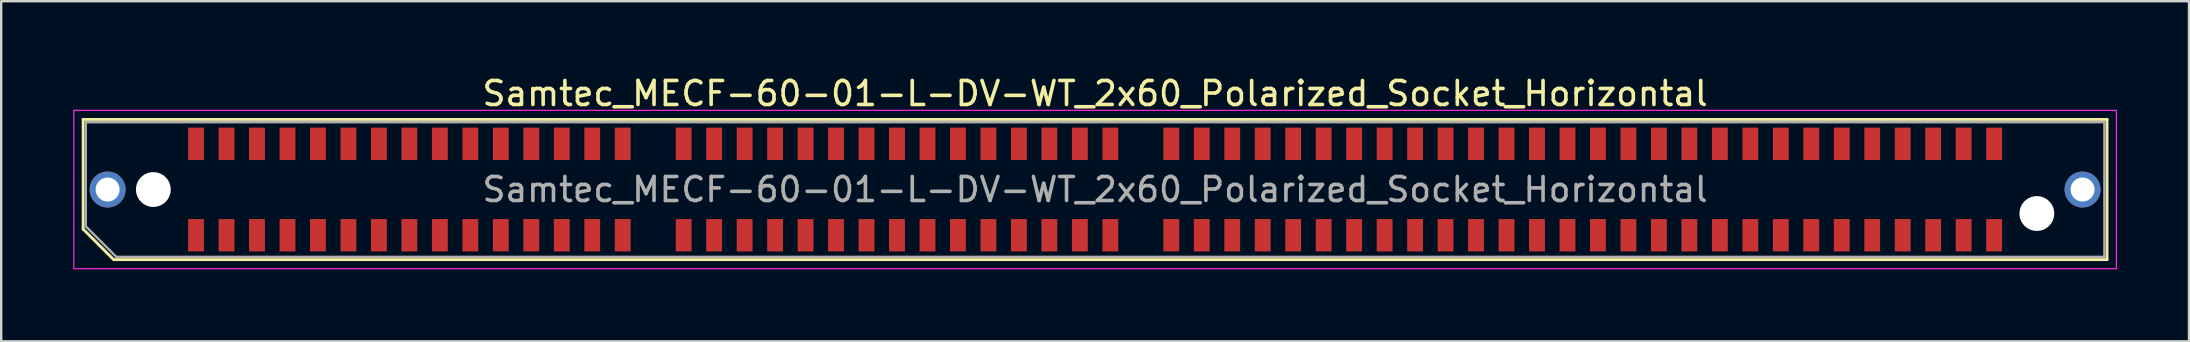
<source format=kicad_pcb>
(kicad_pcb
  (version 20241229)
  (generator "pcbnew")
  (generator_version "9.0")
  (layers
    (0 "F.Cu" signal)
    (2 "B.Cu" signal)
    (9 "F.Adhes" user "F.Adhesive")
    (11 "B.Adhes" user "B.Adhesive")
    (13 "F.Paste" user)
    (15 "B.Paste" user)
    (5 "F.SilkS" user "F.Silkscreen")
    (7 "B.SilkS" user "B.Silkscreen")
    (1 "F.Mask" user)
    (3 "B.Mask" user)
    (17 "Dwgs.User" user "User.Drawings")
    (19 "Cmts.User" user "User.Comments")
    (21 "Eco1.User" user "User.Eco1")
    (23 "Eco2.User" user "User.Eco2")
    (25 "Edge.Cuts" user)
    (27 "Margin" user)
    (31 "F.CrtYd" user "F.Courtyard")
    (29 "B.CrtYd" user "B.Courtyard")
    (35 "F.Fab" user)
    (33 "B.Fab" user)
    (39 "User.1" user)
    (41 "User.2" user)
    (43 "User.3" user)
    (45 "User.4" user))
  (footprint "Samtec_MECF-60-01-L-DV-WT_2x60_Polarized_Socket_Horizontal"
    (layer "F.Cu")
    (at 42.585 4.848)
    (property "Reference" "Samtec_MECF-60-01-L-DV-WT_2x60_Polarized_Socket_Horizontal" (at 0 -4 0) (layer "F.SilkS") (effects (font (size 1 1) (thickness 0.15))))
    (attr smd)
    (fp_line (start -42.17 -2.92) (end 42.17 -2.92) (stroke (width 0.12) (type solid)) (layer "F.SilkS"))
    (fp_line (start -42.17 1.65) (end -42.17 -2.92) (stroke (width 0.12) (type solid)) (layer "F.SilkS"))
    (fp_line (start -40.9 2.92) (end -42.17 1.65) (stroke (width 0.12) (type solid)) (layer "F.SilkS"))
    (fp_line (start -40.9 2.92) (end 42.17 2.92) (stroke (width 0.12) (type solid)) (layer "F.SilkS"))
    (fp_line (start 42.17 2.92) (end 42.17 -2.92) (stroke (width 0.12) (type solid)) (layer "F.SilkS"))
    (fp_line (start -42.56 -3.3) (end -42.56 3.3) (stroke (width 0.05) (type solid)) (layer "F.CrtYd"))
    (fp_line (start -42.56 3.3) (end 42.56 3.3) (stroke (width 0.05) (type solid)) (layer "F.CrtYd"))
    (fp_line (start 42.56 -3.3) (end -42.56 -3.3) (stroke (width 0.05) (type solid)) (layer "F.CrtYd"))
    (fp_line (start 42.56 3.3) (end 42.56 -3.3) (stroke (width 0.05) (type solid)) (layer "F.CrtYd"))
    (fp_line (start -42.06 -2.805) (end 42.06 -2.805) (stroke (width 0.1) (type solid)) (layer "F.Fab"))
    (fp_line (start -42.06 1.535) (end -42.06 -2.805) (stroke (width 0.1) (type solid)) (layer "F.Fab"))
    (fp_line (start -42.06 1.535) (end -40.79 2.805) (stroke (width 0.1) (type solid)) (layer "F.Fab"))
    (fp_line (start -40.79 2.805) (end 42.06 2.805) (stroke (width 0.1) (type solid)) (layer "F.Fab"))
    (fp_line (start 42.06 2.805) (end 42.06 -2.805) (stroke (width 0.1) (type solid)) (layer "F.Fab"))
    (fp_text user "${REFERENCE}" (at 0 0 0) (layer "F.Fab") (effects (font (size 1 1) (thickness 0.15))))
    (pad "" thru_hole circle (at -41.15 0) (size 1.5 1.5) (drill 1) (layers "*.Cu" "*.Mask"))
    (pad "" np_thru_hole circle (at -39.245 0) (size 1.45 1.45) (drill 1.45) (layers "*.Cu" "*.Mask"))
    (pad "" np_thru_hole circle (at 39.245 1) (size 1.45 1.45) (drill 1.45) (layers "*.Cu" "*.Mask"))
    (pad "" thru_hole circle (at 41.15 0) (size 1.5 1.5) (drill 1) (layers "*.Cu" "*.Mask"))
    (pad "1" smd rect (at -37.465 1.905) (size 0.66 1.35) (layers "F.Cu" "F.Mask" "F.Paste"))
    (pad "2" smd rect (at -37.465 -1.905) (size 0.66 1.35) (layers "F.Cu" "F.Mask" "F.Paste"))
    (pad "3" smd rect (at -36.195 1.905) (size 0.66 1.35) (layers "F.Cu" "F.Mask" "F.Paste"))
    (pad "4" smd rect (at -36.195 -1.905) (size 0.66 1.35) (layers "F.Cu" "F.Mask" "F.Paste"))
    (pad "5" smd rect (at -34.925 1.905) (size 0.66 1.35) (layers "F.Cu" "F.Mask" "F.Paste"))
    (pad "6" smd rect (at -34.925 -1.905) (size 0.66 1.35) (layers "F.Cu" "F.Mask" "F.Paste"))
    (pad "7" smd rect (at -33.655 1.905) (size 0.66 1.35) (layers "F.Cu" "F.Mask" "F.Paste"))
    (pad "8" smd rect (at -33.655 -1.905) (size 0.66 1.35) (layers "F.Cu" "F.Mask" "F.Paste"))
    (pad "9" smd rect (at -32.385 1.905) (size 0.66 1.35) (layers "F.Cu" "F.Mask" "F.Paste"))
    (pad "10" smd rect (at -32.385 -1.905) (size 0.66 1.35) (layers "F.Cu" "F.Mask" "F.Paste"))
    (pad "11" smd rect (at -31.115 1.905) (size 0.66 1.35) (layers "F.Cu" "F.Mask" "F.Paste"))
    (pad "12" smd rect (at -31.115 -1.905) (size 0.66 1.35) (layers "F.Cu" "F.Mask" "F.Paste"))
    (pad "13" smd rect (at -29.845 1.905) (size 0.66 1.35) (layers "F.Cu" "F.Mask" "F.Paste"))
    (pad "14" smd rect (at -29.845 -1.905) (size 0.66 1.35) (layers "F.Cu" "F.Mask" "F.Paste"))
    (pad "15" smd rect (at -28.575 1.905) (size 0.66 1.35) (layers "F.Cu" "F.Mask" "F.Paste"))
    (pad "16" smd rect (at -28.575 -1.905) (size 0.66 1.35) (layers "F.Cu" "F.Mask" "F.Paste"))
    (pad "17" smd rect (at -27.305 1.905) (size 0.66 1.35) (layers "F.Cu" "F.Mask" "F.Paste"))
    (pad "18" smd rect (at -27.305 -1.905) (size 0.66 1.35) (layers "F.Cu" "F.Mask" "F.Paste"))
    (pad "19" smd rect (at -26.035 1.905) (size 0.66 1.35) (layers "F.Cu" "F.Mask" "F.Paste"))
    (pad "20" smd rect (at -26.035 -1.905) (size 0.66 1.35) (layers "F.Cu" "F.Mask" "F.Paste"))
    (pad "21" smd rect (at -24.765 1.905) (size 0.66 1.35) (layers "F.Cu" "F.Mask" "F.Paste"))
    (pad "22" smd rect (at -24.765 -1.905) (size 0.66 1.35) (layers "F.Cu" "F.Mask" "F.Paste"))
    (pad "23" smd rect (at -23.495 1.905) (size 0.66 1.35) (layers "F.Cu" "F.Mask" "F.Paste"))
    (pad "24" smd rect (at -23.495 -1.905) (size 0.66 1.35) (layers "F.Cu" "F.Mask" "F.Paste"))
    (pad "25" smd rect (at -22.225 1.905) (size 0.66 1.35) (layers "F.Cu" "F.Mask" "F.Paste"))
    (pad "26" smd rect (at -22.225 -1.905) (size 0.66 1.35) (layers "F.Cu" "F.Mask" "F.Paste"))
    (pad "27" smd rect (at -20.955 1.905) (size 0.66 1.35) (layers "F.Cu" "F.Mask" "F.Paste"))
    (pad "28" smd rect (at -20.955 -1.905) (size 0.66 1.35) (layers "F.Cu" "F.Mask" "F.Paste"))
    (pad "29" smd rect (at -19.685 1.905) (size 0.66 1.35) (layers "F.Cu" "F.Mask" "F.Paste"))
    (pad "30" smd rect (at -19.685 -1.905) (size 0.66 1.35) (layers "F.Cu" "F.Mask" "F.Paste"))
    (pad "33" smd rect (at -17.145 1.905) (size 0.66 1.35) (layers "F.Cu" "F.Mask" "F.Paste"))
    (pad "34" smd rect (at -17.145 -1.905) (size 0.66 1.35) (layers "F.Cu" "F.Mask" "F.Paste"))
    (pad "35" smd rect (at -15.875 1.905) (size 0.66 1.35) (layers "F.Cu" "F.Mask" "F.Paste"))
    (pad "36" smd rect (at -15.875 -1.905) (size 0.66 1.35) (layers "F.Cu" "F.Mask" "F.Paste"))
    (pad "37" smd rect (at -14.605 1.905) (size 0.66 1.35) (layers "F.Cu" "F.Mask" "F.Paste"))
    (pad "38" smd rect (at -14.605 -1.905) (size 0.66 1.35) (layers "F.Cu" "F.Mask" "F.Paste"))
    (pad "39" smd rect (at -13.335 1.905) (size 0.66 1.35) (layers "F.Cu" "F.Mask" "F.Paste"))
    (pad "40" smd rect (at -13.335 -1.905) (size 0.66 1.35) (layers "F.Cu" "F.Mask" "F.Paste"))
    (pad "41" smd rect (at -12.065 1.905) (size 0.66 1.35) (layers "F.Cu" "F.Mask" "F.Paste"))
    (pad "42" smd rect (at -12.065 -1.905) (size 0.66 1.35) (layers "F.Cu" "F.Mask" "F.Paste"))
    (pad "43" smd rect (at -10.795 1.905) (size 0.66 1.35) (layers "F.Cu" "F.Mask" "F.Paste"))
    (pad "44" smd rect (at -10.795 -1.905) (size 0.66 1.35) (layers "F.Cu" "F.Mask" "F.Paste"))
    (pad "45" smd rect (at -9.525 1.905) (size 0.66 1.35) (layers "F.Cu" "F.Mask" "F.Paste"))
    (pad "46" smd rect (at -9.525 -1.905) (size 0.66 1.35) (layers "F.Cu" "F.Mask" "F.Paste"))
    (pad "47" smd rect (at -8.255 1.905) (size 0.66 1.35) (layers "F.Cu" "F.Mask" "F.Paste"))
    (pad "48" smd rect (at -8.255 -1.905) (size 0.66 1.35) (layers "F.Cu" "F.Mask" "F.Paste"))
    (pad "49" smd rect (at -6.985 1.905) (size 0.66 1.35) (layers "F.Cu" "F.Mask" "F.Paste"))
    (pad "50" smd rect (at -6.985 -1.905) (size 0.66 1.35) (layers "F.Cu" "F.Mask" "F.Paste"))
    (pad "51" smd rect (at -5.715 1.905) (size 0.66 1.35) (layers "F.Cu" "F.Mask" "F.Paste"))
    (pad "52" smd rect (at -5.715 -1.905) (size 0.66 1.35) (layers "F.Cu" "F.Mask" "F.Paste"))
    (pad "53" smd rect (at -4.445 1.905) (size 0.66 1.35) (layers "F.Cu" "F.Mask" "F.Paste"))
    (pad "54" smd rect (at -4.445 -1.905) (size 0.66 1.35) (layers "F.Cu" "F.Mask" "F.Paste"))
    (pad "55" smd rect (at -3.175 1.905) (size 0.66 1.35) (layers "F.Cu" "F.Mask" "F.Paste"))
    (pad "56" smd rect (at -3.175 -1.905) (size 0.66 1.35) (layers "F.Cu" "F.Mask" "F.Paste"))
    (pad "57" smd rect (at -1.905 1.905) (size 0.66 1.35) (layers "F.Cu" "F.Mask" "F.Paste"))
    (pad "58" smd rect (at -1.905 -1.905) (size 0.66 1.35) (layers "F.Cu" "F.Mask" "F.Paste"))
    (pad "59" smd rect (at -0.635 1.905) (size 0.66 1.35) (layers "F.Cu" "F.Mask" "F.Paste"))
    (pad "60" smd rect (at -0.635 -1.905) (size 0.66 1.35) (layers "F.Cu" "F.Mask" "F.Paste"))
    (pad "61" smd rect (at 0.635 1.905) (size 0.66 1.35) (layers "F.Cu" "F.Mask" "F.Paste"))
    (pad "62" smd rect (at 0.635 -1.905) (size 0.66 1.35) (layers "F.Cu" "F.Mask" "F.Paste"))
    (pad "65" smd rect (at 3.175 1.905) (size 0.66 1.35) (layers "F.Cu" "F.Mask" "F.Paste"))
    (pad "66" smd rect (at 3.175 -1.905) (size 0.66 1.35) (layers "F.Cu" "F.Mask" "F.Paste"))
    (pad "67" smd rect (at 4.445 1.905) (size 0.66 1.35) (layers "F.Cu" "F.Mask" "F.Paste"))
    (pad "68" smd rect (at 4.445 -1.905) (size 0.66 1.35) (layers "F.Cu" "F.Mask" "F.Paste"))
    (pad "69" smd rect (at 5.715 1.905) (size 0.66 1.35) (layers "F.Cu" "F.Mask" "F.Paste"))
    (pad "70" smd rect (at 5.715 -1.905) (size 0.66 1.35) (layers "F.Cu" "F.Mask" "F.Paste"))
    (pad "71" smd rect (at 6.985 1.905) (size 0.66 1.35) (layers "F.Cu" "F.Mask" "F.Paste"))
    (pad "72" smd rect (at 6.985 -1.905) (size 0.66 1.35) (layers "F.Cu" "F.Mask" "F.Paste"))
    (pad "73" smd rect (at 8.255 1.905) (size 0.66 1.35) (layers "F.Cu" "F.Mask" "F.Paste"))
    (pad "74" smd rect (at 8.255 -1.905) (size 0.66 1.35) (layers "F.Cu" "F.Mask" "F.Paste"))
    (pad "75" smd rect (at 9.525 1.905) (size 0.66 1.35) (layers "F.Cu" "F.Mask" "F.Paste"))
    (pad "76" smd rect (at 9.525 -1.905) (size 0.66 1.35) (layers "F.Cu" "F.Mask" "F.Paste"))
    (pad "77" smd rect (at 10.795 1.905) (size 0.66 1.35) (layers "F.Cu" "F.Mask" "F.Paste"))
    (pad "78" smd rect (at 10.795 -1.905) (size 0.66 1.35) (layers "F.Cu" "F.Mask" "F.Paste"))
    (pad "79" smd rect (at 12.065 1.905) (size 0.66 1.35) (layers "F.Cu" "F.Mask" "F.Paste"))
    (pad "80" smd rect (at 12.065 -1.905) (size 0.66 1.35) (layers "F.Cu" "F.Mask" "F.Paste"))
    (pad "81" smd rect (at 13.335 1.905) (size 0.66 1.35) (layers "F.Cu" "F.Mask" "F.Paste"))
    (pad "82" smd rect (at 13.335 -1.905) (size 0.66 1.35) (layers "F.Cu" "F.Mask" "F.Paste"))
    (pad "83" smd rect (at 14.605 1.905) (size 0.66 1.35) (layers "F.Cu" "F.Mask" "F.Paste"))
    (pad "84" smd rect (at 14.605 -1.905) (size 0.66 1.35) (layers "F.Cu" "F.Mask" "F.Paste"))
    (pad "85" smd rect (at 15.875 1.905) (size 0.66 1.35) (layers "F.Cu" "F.Mask" "F.Paste"))
    (pad "86" smd rect (at 15.875 -1.905) (size 0.66 1.35) (layers "F.Cu" "F.Mask" "F.Paste"))
    (pad "87" smd rect (at 17.145 1.905) (size 0.66 1.35) (layers "F.Cu" "F.Mask" "F.Paste"))
    (pad "88" smd rect (at 17.145 -1.905) (size 0.66 1.35) (layers "F.Cu" "F.Mask" "F.Paste"))
    (pad "89" smd rect (at 18.415 1.905) (size 0.66 1.35) (layers "F.Cu" "F.Mask" "F.Paste"))
    (pad "90" smd rect (at 18.415 -1.905) (size 0.66 1.35) (layers "F.Cu" "F.Mask" "F.Paste"))
    (pad "91" smd rect (at 19.685 1.905) (size 0.66 1.35) (layers "F.Cu" "F.Mask" "F.Paste"))
    (pad "92" smd rect (at 19.685 -1.905) (size 0.66 1.35) (layers "F.Cu" "F.Mask" "F.Paste"))
    (pad "93" smd rect (at 20.955 1.905) (size 0.66 1.35) (layers "F.Cu" "F.Mask" "F.Paste"))
    (pad "94" smd rect (at 20.955 -1.905) (size 0.66 1.35) (layers "F.Cu" "F.Mask" "F.Paste"))
    (pad "95" smd rect (at 22.225 1.905) (size 0.66 1.35) (layers "F.Cu" "F.Mask" "F.Paste"))
    (pad "96" smd rect (at 22.225 -1.905) (size 0.66 1.35) (layers "F.Cu" "F.Mask" "F.Paste"))
    (pad "97" smd rect (at 23.495 1.905) (size 0.66 1.35) (layers "F.Cu" "F.Mask" "F.Paste"))
    (pad "98" smd rect (at 23.495 -1.905) (size 0.66 1.35) (layers "F.Cu" "F.Mask" "F.Paste"))
    (pad "99" smd rect (at 24.765 1.905) (size 0.66 1.35) (layers "F.Cu" "F.Mask" "F.Paste"))
    (pad "100" smd rect (at 24.765 -1.905) (size 0.66 1.35) (layers "F.Cu" "F.Mask" "F.Paste"))
    (pad "101" smd rect (at 26.035 1.905) (size 0.66 1.35) (layers "F.Cu" "F.Mask" "F.Paste"))
    (pad "102" smd rect (at 26.035 -1.905) (size 0.66 1.35) (layers "F.Cu" "F.Mask" "F.Paste"))
    (pad "103" smd rect (at 27.305 1.905) (size 0.66 1.35) (layers "F.Cu" "F.Mask" "F.Paste"))
    (pad "104" smd rect (at 27.305 -1.905) (size 0.66 1.35) (layers "F.Cu" "F.Mask" "F.Paste"))
    (pad "105" smd rect (at 28.575 1.905) (size 0.66 1.35) (layers "F.Cu" "F.Mask" "F.Paste"))
    (pad "106" smd rect (at 28.575 -1.905) (size 0.66 1.35) (layers "F.Cu" "F.Mask" "F.Paste"))
    (pad "107" smd rect (at 29.845 1.905) (size 0.66 1.35) (layers "F.Cu" "F.Mask" "F.Paste"))
    (pad "108" smd rect (at 29.845 -1.905) (size 0.66 1.35) (layers "F.Cu" "F.Mask" "F.Paste"))
    (pad "109" smd rect (at 31.115 1.905) (size 0.66 1.35) (layers "F.Cu" "F.Mask" "F.Paste"))
    (pad "110" smd rect (at 31.115 -1.905) (size 0.66 1.35) (layers "F.Cu" "F.Mask" "F.Paste"))
    (pad "111" smd rect (at 32.385 1.905) (size 0.66 1.35) (layers "F.Cu" "F.Mask" "F.Paste"))
    (pad "112" smd rect (at 32.385 -1.905) (size 0.66 1.35) (layers "F.Cu" "F.Mask" "F.Paste"))
    (pad "113" smd rect (at 33.655 1.905) (size 0.66 1.35) (layers "F.Cu" "F.Mask" "F.Paste"))
    (pad "114" smd rect (at 33.655 -1.905) (size 0.66 1.35) (layers "F.Cu" "F.Mask" "F.Paste"))
    (pad "115" smd rect (at 34.925 1.905) (size 0.66 1.35) (layers "F.Cu" "F.Mask" "F.Paste"))
    (pad "116" smd rect (at 34.925 -1.905) (size 0.66 1.35) (layers "F.Cu" "F.Mask" "F.Paste"))
    (pad "117" smd rect (at 36.195 1.905) (size 0.66 1.35) (layers "F.Cu" "F.Mask" "F.Paste"))
    (pad "118" smd rect (at 36.195 -1.905) (size 0.66 1.35) (layers "F.Cu" "F.Mask" "F.Paste"))
    (pad "119" smd rect (at 37.465 1.905) (size 0.66 1.35) (layers "F.Cu" "F.Mask" "F.Paste"))
    (pad "120" smd rect (at 37.465 -1.905) (size 0.66 1.35) (layers "F.Cu" "F.Mask" "F.Paste")))
  (gr_rect
    (start -3 -3)
    (end 88.17 11.173)
    (stroke (width 0.1) (type default))
    (fill no)
    (layer "Edge.Cuts")))
</source>
